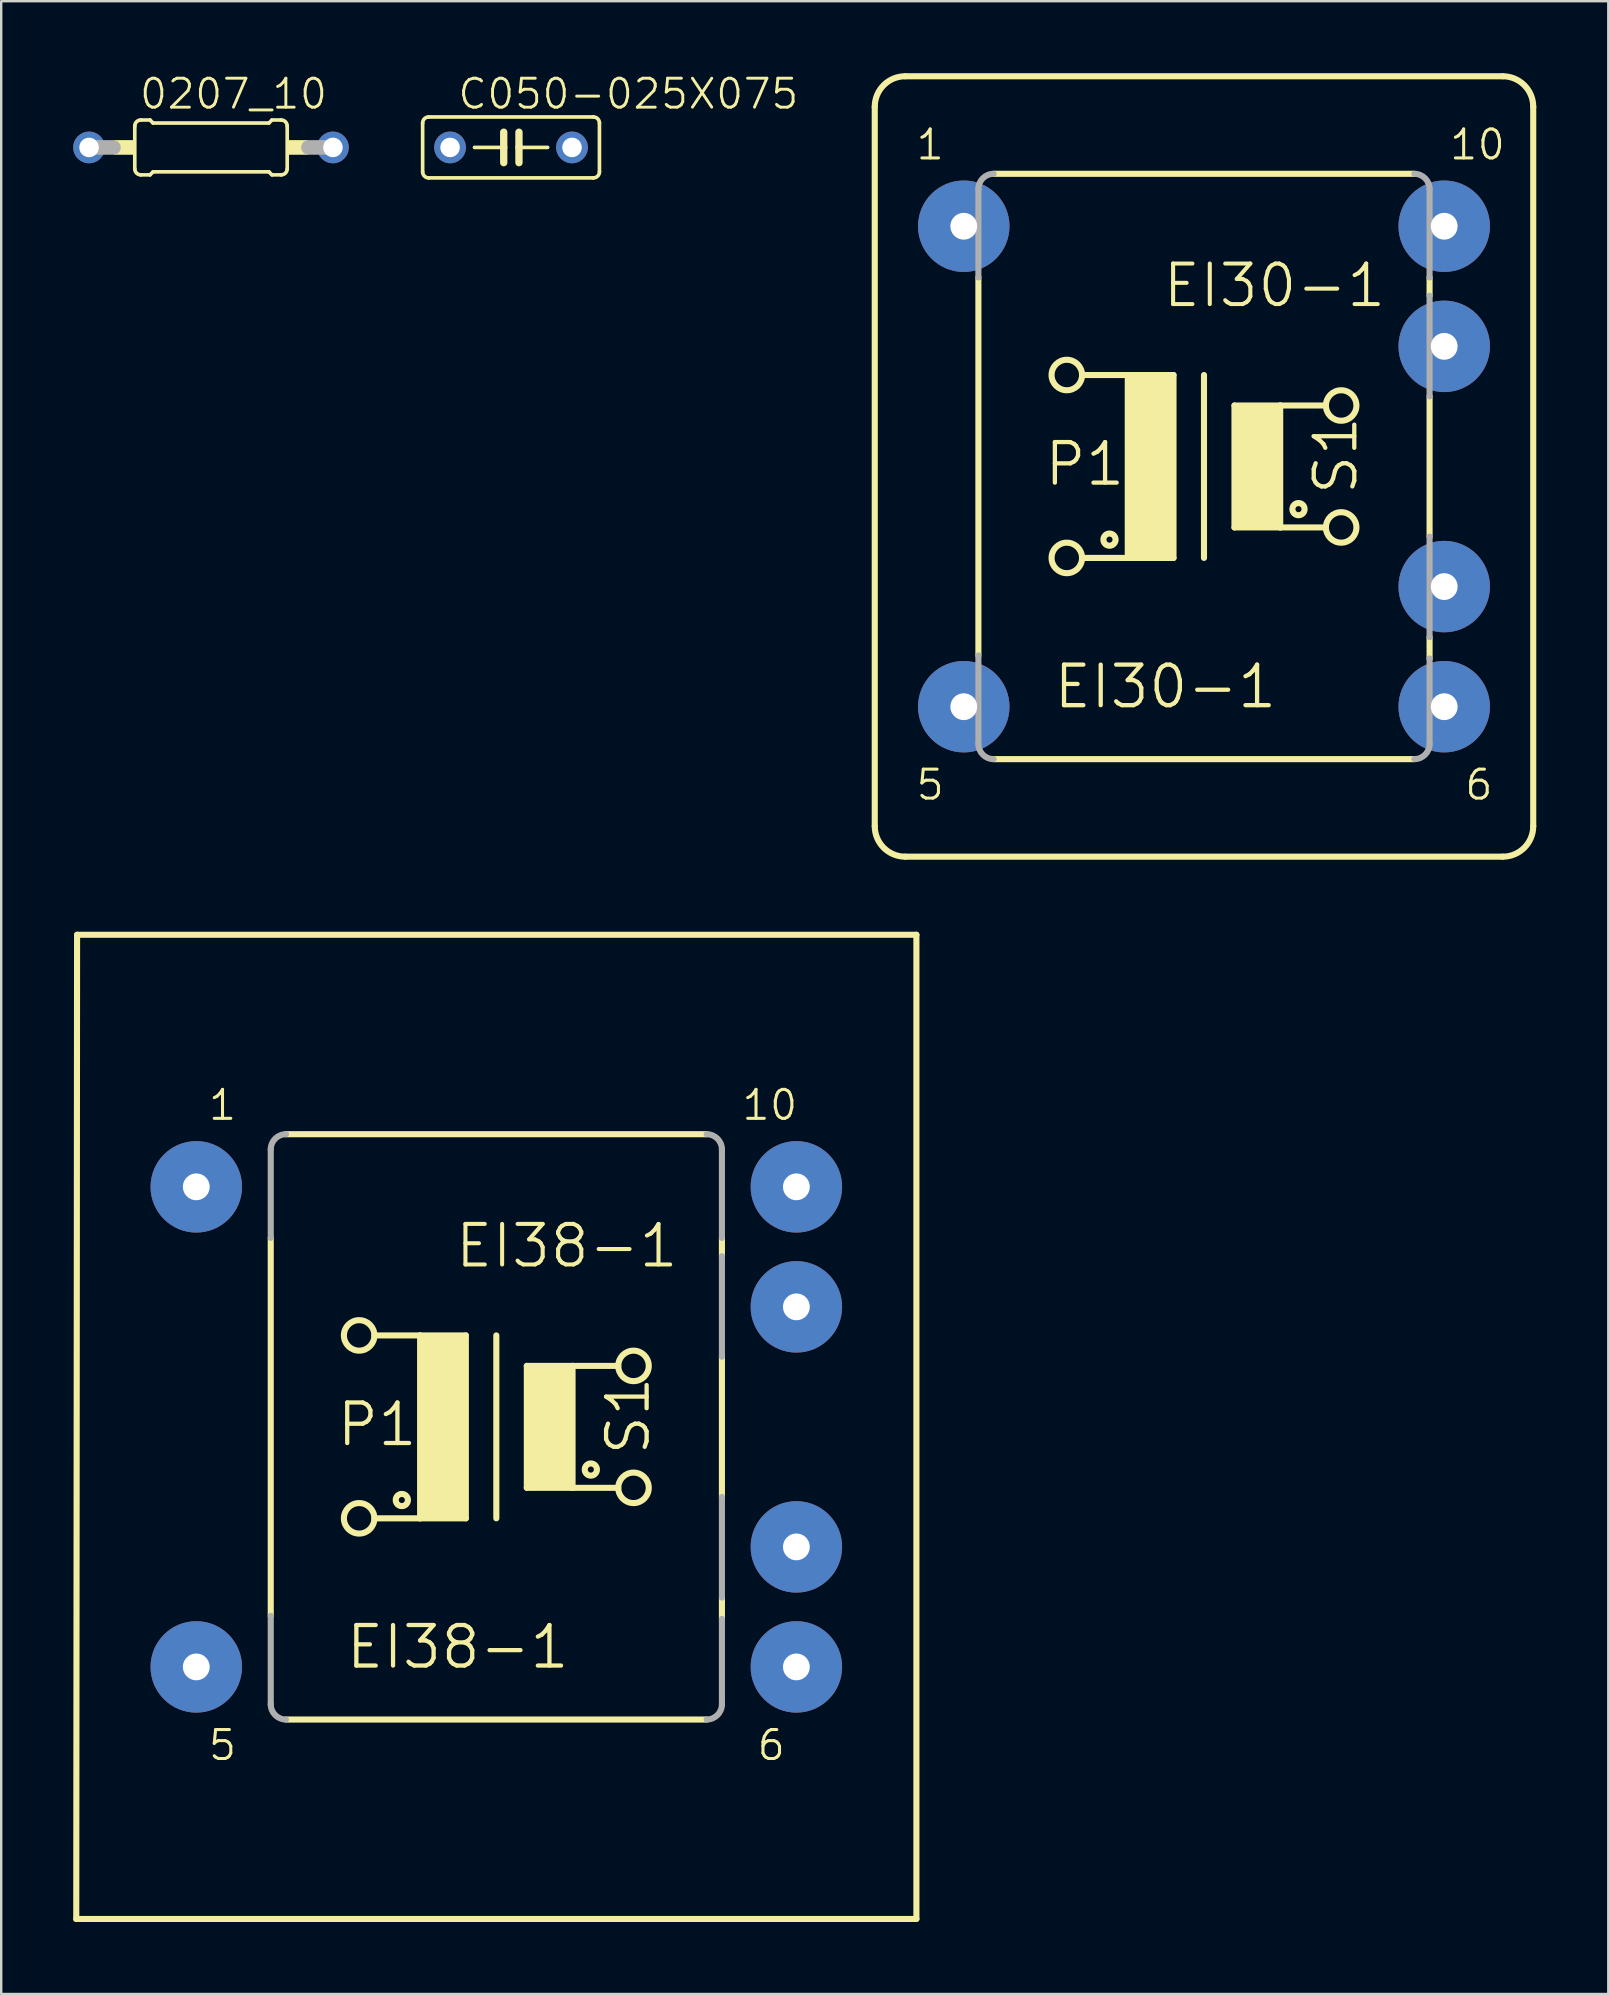
<source format=kicad_pcb>
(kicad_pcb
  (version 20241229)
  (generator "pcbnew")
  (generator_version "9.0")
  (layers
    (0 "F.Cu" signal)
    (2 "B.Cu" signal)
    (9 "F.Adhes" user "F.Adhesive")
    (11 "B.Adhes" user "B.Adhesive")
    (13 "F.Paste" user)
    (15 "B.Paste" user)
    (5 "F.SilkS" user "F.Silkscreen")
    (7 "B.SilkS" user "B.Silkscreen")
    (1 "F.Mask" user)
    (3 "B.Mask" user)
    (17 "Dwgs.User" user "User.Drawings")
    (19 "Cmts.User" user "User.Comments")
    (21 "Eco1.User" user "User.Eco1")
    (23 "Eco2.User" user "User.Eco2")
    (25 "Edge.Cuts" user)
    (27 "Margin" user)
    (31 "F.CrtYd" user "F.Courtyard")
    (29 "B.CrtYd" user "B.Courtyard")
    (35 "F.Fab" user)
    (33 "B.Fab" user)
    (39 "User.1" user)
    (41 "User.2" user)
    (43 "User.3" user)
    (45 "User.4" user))
  (footprint "C050-025X075"
    (layer "F.Cu")
    (at 18.24 3.092)
    (property "Reference" "C050-025X075" (at -2.286 -1.524 0) (layer "F.SilkS") (effects (font (size 1.206 1.206) (thickness 0.121)) (justify left bottom)))
    (attr through_hole)
    (fp_line (start -3.683 -1.016) (end -3.683 1.016) (stroke (width 0.152) (type solid)) (layer "F.SilkS"))
    (fp_line (start -3.429 1.27) (end 3.429 1.27) (stroke (width 0.152) (type solid)) (layer "F.SilkS"))
    (fp_line (start -0.305 -0.635) (end -0.305 0) (stroke (width 0.305) (type solid)) (layer "F.SilkS"))
    (fp_line (start -0.305 0) (end -1.524 0) (stroke (width 0.152) (type solid)) (layer "F.SilkS"))
    (fp_line (start -0.305 0) (end -0.305 0.635) (stroke (width 0.305) (type solid)) (layer "F.SilkS"))
    (fp_line (start 0.33 -0.635) (end 0.33 0) (stroke (width 0.305) (type solid)) (layer "F.SilkS"))
    (fp_line (start 0.33 0) (end 0.33 0.635) (stroke (width 0.305) (type solid)) (layer "F.SilkS"))
    (fp_line (start 0.33 0) (end 1.524 0) (stroke (width 0.152) (type solid)) (layer "F.SilkS"))
    (fp_line (start 3.429 -1.27) (end -3.429 -1.27) (stroke (width 0.152) (type solid)) (layer "F.SilkS"))
    (fp_line (start 3.683 1.016) (end 3.683 -1.016) (stroke (width 0.152) (type solid)) (layer "F.SilkS"))
    (fp_arc (start -3.683 -1.016) (mid -3.608605 -1.195605) (end -3.429 -1.27) (stroke (width 0.1524) (type solid)) (layer "F.SilkS"))
    (fp_arc (start -3.429 1.27) (mid -3.608605 1.195605) (end -3.683 1.016) (stroke (width 0.1524) (type solid)) (layer "F.SilkS"))
    (fp_arc (start 3.429 -1.27) (mid 3.608605 -1.195605) (end 3.683 -1.016) (stroke (width 0.1524) (type solid)) (layer "F.SilkS"))
    (fp_arc (start 3.683 1.016) (mid 3.608605 1.195605) (end 3.429 1.27) (stroke (width 0.1524) (type solid)) (layer "F.SilkS"))
    (pad "1" thru_hole circle (at -2.54 0) (size 1.321 1.321) (drill 0.813) (layers "*.Cu" "*.Mask"))
    (pad "2" thru_hole circle (at 2.54 0) (size 1.321 1.321) (drill 0.813) (layers "*.Cu" "*.Mask")))
  (footprint "EI38-1"
    (layer "F.Cu")
    (at 17.627 56.393)
    (property "Reference" "EI38-1" (at -1.8 -6.55 0) (layer "F.SilkS") (effects (font (size 1.689 1.689) (thickness 0.169)) (justify left bottom)))
    (attr through_hole)
    (fp_line (start -17.5 20.5) (end -17.466 -20.5) (stroke (width 0.254) (type solid)) (layer "F.SilkS"))
    (fp_line (start -17.466 -20.5) (end 17.5 -20.5) (stroke (width 0.254) (type solid)) (layer "F.SilkS"))
    (fp_line (start -9.398 7.874) (end -9.398 -7.874) (stroke (width 0.254) (type solid)) (layer "F.SilkS"))
    (fp_line (start -8.763 12.192) (end 8.763 12.192) (stroke (width 0.254) (type solid)) (layer "F.SilkS"))
    (fp_line (start -5.08 -3.81) (end -3.175 -3.81) (stroke (width 0.254) (type solid)) (layer "F.SilkS"))
    (fp_line (start -3.175 -3.81) (end -3.175 3.81) (stroke (width 0.254) (type solid)) (layer "F.SilkS"))
    (fp_line (start -3.175 -3.81) (end -1.27 -3.81) (stroke (width 0.254) (type solid)) (layer "F.SilkS"))
    (fp_line (start -3.175 3.81) (end -5.08 3.81) (stroke (width 0.254) (type solid)) (layer "F.SilkS"))
    (fp_line (start -1.27 -3.81) (end -1.27 3.81) (stroke (width 0.254) (type solid)) (layer "F.SilkS"))
    (fp_line (start -1.27 3.81) (end -3.175 3.81) (stroke (width 0.254) (type solid)) (layer "F.SilkS"))
    (fp_line (start 0 -3.81) (end 0 3.81) (stroke (width 0.254) (type solid)) (layer "F.SilkS"))
    (fp_line (start 1.27 -2.54) (end 1.27 2.54) (stroke (width 0.254) (type solid)) (layer "F.SilkS"))
    (fp_line (start 1.27 -2.54) (end 3.175 -2.54) (stroke (width 0.254) (type solid)) (layer "F.SilkS"))
    (fp_line (start 1.27 2.54) (end 3.175 2.54) (stroke (width 0.254) (type solid)) (layer "F.SilkS"))
    (fp_line (start 3.175 -2.54) (end 5.08 -2.54) (stroke (width 0.254) (type solid)) (layer "F.SilkS"))
    (fp_line (start 3.175 2.54) (end 3.175 -2.54) (stroke (width 0.254) (type solid)) (layer "F.SilkS"))
    (fp_line (start 3.175 2.54) (end 5.08 2.54) (stroke (width 0.254) (type solid)) (layer "F.SilkS"))
    (fp_line (start 8.763 -12.192) (end -8.763 -12.192) (stroke (width 0.254) (type solid)) (layer "F.SilkS"))
    (fp_line (start 9.398 -7.112) (end 9.398 -7.874) (stroke (width 0.254) (type solid)) (layer "F.SilkS"))
    (fp_line (start 9.398 2.921) (end 9.398 -2.921) (stroke (width 0.254) (type solid)) (layer "F.SilkS"))
    (fp_line (start 9.398 8.001) (end 9.398 7.112) (stroke (width 0.254) (type solid)) (layer "F.SilkS"))
    (fp_line (start 17.5 -20.5) (end 17.5 20.5) (stroke (width 0.254) (type solid)) (layer "F.SilkS"))
    (fp_line (start 17.5 20.5) (end -17.5 20.5) (stroke (width 0.254) (type solid)) (layer "F.SilkS"))
    (fp_circle (center -5.715 -3.81) (end -5.08 -3.81) (stroke (width 0.254) (type solid)) (fill no) (layer "F.SilkS"))
    (fp_circle (center -5.715 3.81) (end -5.08 3.81) (stroke (width 0.254) (type solid)) (fill no) (layer "F.SilkS"))
    (fp_circle (center -3.937 3.048) (end -3.683 3.048) (stroke (width 0.254) (type solid)) (fill no) (layer "F.SilkS"))
    (fp_circle (center 3.937 1.778) (end 4.191 1.778) (stroke (width 0.254) (type solid)) (fill no) (layer "F.SilkS"))
    (fp_circle (center 5.715 -2.54) (end 6.35 -2.54) (stroke (width 0.254) (type solid)) (fill no) (layer "F.SilkS"))
    (fp_circle (center 5.715 2.54) (end 6.35 2.54) (stroke (width 0.254) (type solid)) (fill no) (layer "F.SilkS"))
    (fp_poly (pts (xy -3.175 3.81) (xy -1.27 3.81) (xy -1.27 -3.81) (xy -3.175 -3.81)) (stroke (width 0) (type solid)) (fill yes) (layer "F.SilkS"))
    (fp_poly (pts (xy 1.27 2.54) (xy 3.175 2.54) (xy 3.175 -2.54) (xy 1.27 -2.54)) (stroke (width 0) (type solid)) (fill yes) (layer "F.SilkS"))
    (fp_line (start -9.398 -7.874) (end -9.398 -11.557) (stroke (width 0.254) (type solid)) (layer "F.Fab"))
    (fp_line (start -9.398 11.557) (end -9.398 7.874) (stroke (width 0.254) (type solid)) (layer "F.Fab"))
    (fp_line (start 9.398 -11.557) (end 9.398 -7.874) (stroke (width 0.254) (type solid)) (layer "F.Fab"))
    (fp_line (start 9.398 -7.112) (end 9.398 -2.921) (stroke (width 0.254) (type solid)) (layer "F.Fab"))
    (fp_line (start 9.398 2.921) (end 9.398 7.112) (stroke (width 0.254) (type solid)) (layer "F.Fab"))
    (fp_line (start 9.398 8.001) (end 9.398 11.557) (stroke (width 0.254) (type solid)) (layer "F.Fab"))
    (fp_arc (start -9.398 -11.557) (mid -9.212013 -12.006013) (end -8.763 -12.192) (stroke (width 0.254) (type solid)) (layer "F.Fab"))
    (fp_arc (start -8.763 12.192) (mid -9.212013 12.006013) (end -9.398 11.557) (stroke (width 0.254) (type solid)) (layer "F.Fab"))
    (fp_arc (start 8.763 -12.192) (mid 9.212013 -12.006013) (end 9.398 -11.557) (stroke (width 0.254) (type solid)) (layer "F.Fab"))
    (fp_arc (start 9.398 11.557) (mid 9.212013 12.006013) (end 8.763 12.192) (stroke (width 0.254) (type solid)) (layer "F.Fab"))
    (fp_text user "10" (at 10.16 -12.7 0) (layer "F.SilkS") (effects (font (size 1.206 1.206) (thickness 0.127)) (justify left bottom)))
    (fp_text user "6" (at 10.795 13.97 0) (layer "F.SilkS") (effects (font (size 1.206 1.206) (thickness 0.127)) (justify left bottom)))
    (fp_text user "S1" (at 6.477 1.27 90) (layer "F.SilkS") (effects (font (size 1.689 1.689) (thickness 0.178)) (justify left bottom)))
    (fp_text user "EI38-1" (at -6.35 10.16 0) (layer "F.SilkS") (effects (font (size 1.689 1.689) (thickness 0.178)) (justify left bottom)))
    (fp_text user "1" (at -12.065 -12.7 0) (layer "F.SilkS") (effects (font (size 1.206 1.206) (thickness 0.127)) (justify left bottom)))
    (fp_text user "P1" (at -6.731 0.889 0) (layer "F.SilkS") (effects (font (size 1.689 1.689) (thickness 0.178)) (justify left bottom)))
    (fp_text user "5" (at -12.065 13.97 0) (layer "F.SilkS") (effects (font (size 1.206 1.206) (thickness 0.127)) (justify left bottom)))
    (pad "1" thru_hole circle (at -12.5 -10) (size 3.81 3.81) (drill 1.118) (layers "*.Cu" "*.Mask"))
    (pad "5" thru_hole circle (at -12.5 10) (size 3.81 3.81) (drill 1.118) (layers "*.Cu" "*.Mask"))
    (pad "6" thru_hole circle (at 12.5 10) (size 3.81 3.81) (drill 1.118) (layers "*.Cu" "*.Mask"))
    (pad "7" thru_hole circle (at 12.5 5) (size 3.81 3.81) (drill 1.118) (layers "*.Cu" "*.Mask"))
    (pad "9" thru_hole circle (at 12.5 -5) (size 3.81 3.81) (drill 1.118) (layers "*.Cu" "*.Mask"))
    (pad "10" thru_hole circle (at 12.5 -10) (size 3.81 3.81) (drill 1.118) (layers "*.Cu" "*.Mask")))
  (footprint "EI30-1"
    (layer "F.Cu")
    (at 47.108 16.383)
    (property "Reference" "EI30-1" (at -1.8 -6.55 0) (layer "F.SilkS") (effects (font (size 1.689 1.689) (thickness 0.169)) (justify left bottom)))
    (attr through_hole)
    (fp_line (start -13.716 14.986) (end -13.716 -14.986) (stroke (width 0.254) (type solid)) (layer "F.SilkS"))
    (fp_line (start -12.446 -16.256) (end 12.446 -16.256) (stroke (width 0.254) (type solid)) (layer "F.SilkS"))
    (fp_line (start -9.398 7.874) (end -9.398 -7.874) (stroke (width 0.254) (type solid)) (layer "F.SilkS"))
    (fp_line (start -8.763 12.192) (end 8.763 12.192) (stroke (width 0.254) (type solid)) (layer "F.SilkS"))
    (fp_line (start -5.08 -3.81) (end -3.175 -3.81) (stroke (width 0.254) (type solid)) (layer "F.SilkS"))
    (fp_line (start -3.175 -3.81) (end -3.175 3.81) (stroke (width 0.254) (type solid)) (layer "F.SilkS"))
    (fp_line (start -3.175 -3.81) (end -1.27 -3.81) (stroke (width 0.254) (type solid)) (layer "F.SilkS"))
    (fp_line (start -3.175 3.81) (end -5.08 3.81) (stroke (width 0.254) (type solid)) (layer "F.SilkS"))
    (fp_line (start -1.27 -3.81) (end -1.27 3.81) (stroke (width 0.254) (type solid)) (layer "F.SilkS"))
    (fp_line (start -1.27 3.81) (end -3.175 3.81) (stroke (width 0.254) (type solid)) (layer "F.SilkS"))
    (fp_line (start 0 -3.81) (end 0 3.81) (stroke (width 0.254) (type solid)) (layer "F.SilkS"))
    (fp_line (start 1.27 -2.54) (end 1.27 2.54) (stroke (width 0.254) (type solid)) (layer "F.SilkS"))
    (fp_line (start 1.27 -2.54) (end 3.175 -2.54) (stroke (width 0.254) (type solid)) (layer "F.SilkS"))
    (fp_line (start 1.27 2.54) (end 3.175 2.54) (stroke (width 0.254) (type solid)) (layer "F.SilkS"))
    (fp_line (start 3.175 -2.54) (end 5.08 -2.54) (stroke (width 0.254) (type solid)) (layer "F.SilkS"))
    (fp_line (start 3.175 2.54) (end 3.175 -2.54) (stroke (width 0.254) (type solid)) (layer "F.SilkS"))
    (fp_line (start 3.175 2.54) (end 5.08 2.54) (stroke (width 0.254) (type solid)) (layer "F.SilkS"))
    (fp_line (start 8.763 -12.192) (end -8.763 -12.192) (stroke (width 0.254) (type solid)) (layer "F.SilkS"))
    (fp_line (start 9.398 -7.112) (end 9.398 -7.874) (stroke (width 0.254) (type solid)) (layer "F.SilkS"))
    (fp_line (start 9.398 2.921) (end 9.398 -2.921) (stroke (width 0.254) (type solid)) (layer "F.SilkS"))
    (fp_line (start 9.398 8.001) (end 9.398 7.112) (stroke (width 0.254) (type solid)) (layer "F.SilkS"))
    (fp_line (start 12.446 16.256) (end -12.446 16.256) (stroke (width 0.254) (type solid)) (layer "F.SilkS"))
    (fp_line (start 13.716 -14.986) (end 13.716 14.986) (stroke (width 0.254) (type solid)) (layer "F.SilkS"))
    (fp_arc (start -13.716 -14.986) (mid -13.344026 -15.884026) (end -12.446 -16.256) (stroke (width 0.254) (type solid)) (layer "F.SilkS"))
    (fp_arc (start -12.446 16.256) (mid -13.344026 15.884026) (end -13.716 14.986) (stroke (width 0.254) (type solid)) (layer "F.SilkS"))
    (fp_arc (start 12.446 -16.256) (mid 13.344026 -15.884026) (end 13.716 -14.986) (stroke (width 0.254) (type solid)) (layer "F.SilkS"))
    (fp_arc (start 13.716 14.986) (mid 13.344026 15.884026) (end 12.446 16.256) (stroke (width 0.254) (type solid)) (layer "F.SilkS"))
    (fp_circle (center -5.715 -3.81) (end -5.08 -3.81) (stroke (width 0.254) (type solid)) (fill no) (layer "F.SilkS"))
    (fp_circle (center -5.715 3.81) (end -5.08 3.81) (stroke (width 0.254) (type solid)) (fill no) (layer "F.SilkS"))
    (fp_circle (center -3.937 3.048) (end -3.683 3.048) (stroke (width 0.254) (type solid)) (fill no) (layer "F.SilkS"))
    (fp_circle (center 3.937 1.778) (end 4.191 1.778) (stroke (width 0.254) (type solid)) (fill no) (layer "F.SilkS"))
    (fp_circle (center 5.715 -2.54) (end 6.35 -2.54) (stroke (width 0.254) (type solid)) (fill no) (layer "F.SilkS"))
    (fp_circle (center 5.715 2.54) (end 6.35 2.54) (stroke (width 0.254) (type solid)) (fill no) (layer "F.SilkS"))
    (fp_poly (pts (xy -3.175 3.81) (xy -1.27 3.81) (xy -1.27 -3.81) (xy -3.175 -3.81)) (stroke (width 0) (type solid)) (fill yes) (layer "F.SilkS"))
    (fp_poly (pts (xy 1.27 2.54) (xy 3.175 2.54) (xy 3.175 -2.54) (xy 1.27 -2.54)) (stroke (width 0) (type solid)) (fill yes) (layer "F.SilkS"))
    (fp_line (start -9.398 -7.874) (end -9.398 -11.557) (stroke (width 0.254) (type solid)) (layer "F.Fab"))
    (fp_line (start -9.398 11.557) (end -9.398 7.874) (stroke (width 0.254) (type solid)) (layer "F.Fab"))
    (fp_line (start 9.398 -11.557) (end 9.398 -7.874) (stroke (width 0.254) (type solid)) (layer "F.Fab"))
    (fp_line (start 9.398 -7.112) (end 9.398 -2.921) (stroke (width 0.254) (type solid)) (layer "F.Fab"))
    (fp_line (start 9.398 2.921) (end 9.398 7.112) (stroke (width 0.254) (type solid)) (layer "F.Fab"))
    (fp_line (start 9.398 8.001) (end 9.398 11.557) (stroke (width 0.254) (type solid)) (layer "F.Fab"))
    (fp_arc (start -9.398 -11.557) (mid -9.212013 -12.006013) (end -8.763 -12.192) (stroke (width 0.254) (type solid)) (layer "F.Fab"))
    (fp_arc (start -8.763 12.192) (mid -9.212013 12.006013) (end -9.398 11.557) (stroke (width 0.254) (type solid)) (layer "F.Fab"))
    (fp_arc (start 8.763 -12.192) (mid 9.212013 -12.006013) (end 9.398 -11.557) (stroke (width 0.254) (type solid)) (layer "F.Fab"))
    (fp_arc (start 9.398 11.557) (mid 9.212013 12.006013) (end 8.763 12.192) (stroke (width 0.254) (type solid)) (layer "F.Fab"))
    (fp_text user "10" (at 10.16 -12.7 0) (layer "F.SilkS") (effects (font (size 1.206 1.206) (thickness 0.127)) (justify left bottom)))
    (fp_text user "EI30-1" (at -6.35 10.16 0) (layer "F.SilkS") (effects (font (size 1.689 1.689) (thickness 0.178)) (justify left bottom)))
    (fp_text user "1" (at -12.065 -12.7 0) (layer "F.SilkS") (effects (font (size 1.206 1.206) (thickness 0.127)) (justify left bottom)))
    (fp_text user "6" (at 10.795 13.97 0) (layer "F.SilkS") (effects (font (size 1.206 1.206) (thickness 0.127)) (justify left bottom)))
    (fp_text user "P1" (at -6.731 0.889 0) (layer "F.SilkS") (effects (font (size 1.689 1.689) (thickness 0.178)) (justify left bottom)))
    (fp_text user "5" (at -12.065 13.97 0) (layer "F.SilkS") (effects (font (size 1.206 1.206) (thickness 0.127)) (justify left bottom)))
    (fp_text user "S1" (at 6.477 1.27 90) (layer "F.SilkS") (effects (font (size 1.689 1.689) (thickness 0.178)) (justify left bottom)))
    (pad "1" thru_hole circle (at -10.008 -10.008) (size 3.81 3.81) (drill 1.118) (layers "*.Cu" "*.Mask"))
    (pad "5" thru_hole circle (at -10.008 10.008) (size 3.81 3.81) (drill 1.118) (layers "*.Cu" "*.Mask"))
    (pad "6" thru_hole circle (at 10.008 10.008) (size 3.81 3.81) (drill 1.118) (layers "*.Cu" "*.Mask"))
    (pad "7" thru_hole circle (at 10.008 5.004) (size 3.81 3.81) (drill 1.118) (layers "*.Cu" "*.Mask"))
    (pad "9" thru_hole circle (at 10.008 -5.004) (size 3.81 3.81) (drill 1.118) (layers "*.Cu" "*.Mask"))
    (pad "10" thru_hole circle (at 10.008 -10.008) (size 3.81 3.81) (drill 1.118) (layers "*.Cu" "*.Mask")))
  (footprint "0207_10"
    (layer "F.Cu")
    (at 5.74 3.092)
    (property "Reference" "0207_10" (at -3.048 -1.524 0) (layer "F.SilkS") (effects (font (size 1.206 1.206) (thickness 0.121)) (justify left bottom)))
    (attr through_hole)
    (fp_line (start -3.175 0.889) (end -3.175 -0.889) (stroke (width 0.152) (type solid)) (layer "F.SilkS"))
    (fp_line (start -2.921 -1.143) (end -2.54 -1.143) (stroke (width 0.152) (type solid)) (layer "F.SilkS"))
    (fp_line (start -2.921 1.143) (end -2.54 1.143) (stroke (width 0.152) (type solid)) (layer "F.SilkS"))
    (fp_line (start -2.413 -1.016) (end -2.54 -1.143) (stroke (width 0.152) (type solid)) (layer "F.SilkS"))
    (fp_line (start -2.413 1.016) (end -2.54 1.143) (stroke (width 0.152) (type solid)) (layer "F.SilkS"))
    (fp_line (start 2.413 -1.016) (end -2.413 -1.016) (stroke (width 0.152) (type solid)) (layer "F.SilkS"))
    (fp_line (start 2.413 -1.016) (end 2.54 -1.143) (stroke (width 0.152) (type solid)) (layer "F.SilkS"))
    (fp_line (start 2.413 1.016) (end -2.413 1.016) (stroke (width 0.152) (type solid)) (layer "F.SilkS"))
    (fp_line (start 2.413 1.016) (end 2.54 1.143) (stroke (width 0.152) (type solid)) (layer "F.SilkS"))
    (fp_line (start 2.921 -1.143) (end 2.54 -1.143) (stroke (width 0.152) (type solid)) (layer "F.SilkS"))
    (fp_line (start 2.921 1.143) (end 2.54 1.143) (stroke (width 0.152) (type solid)) (layer "F.SilkS"))
    (fp_line (start 3.175 0.889) (end 3.175 -0.889) (stroke (width 0.152) (type solid)) (layer "F.SilkS"))
    (fp_arc (start -3.175 -0.889) (mid -3.100605 -1.068605) (end -2.921 -1.143) (stroke (width 0.1524) (type solid)) (layer "F.SilkS"))
    (fp_arc (start -2.921 1.143) (mid -3.100605 1.068605) (end -3.175 0.889) (stroke (width 0.1524) (type solid)) (layer "F.SilkS"))
    (fp_arc (start 2.921 -1.143) (mid 3.100605 -1.068605) (end 3.175 -0.889) (stroke (width 0.1524) (type solid)) (layer "F.SilkS"))
    (fp_arc (start 3.175 0.889) (mid 3.100605 1.068605) (end 2.921 1.143) (stroke (width 0.1524) (type solid)) (layer "F.SilkS"))
    (fp_poly (pts (xy -4.039 0.305) (xy -3.175 0.305) (xy -3.175 -0.305) (xy -4.039 -0.305)) (stroke (width 0) (type solid)) (fill yes) (layer "F.SilkS"))
    (fp_poly (pts (xy 3.175 0.305) (xy 4.039 0.305) (xy 4.039 -0.305) (xy 3.175 -0.305)) (stroke (width 0) (type solid)) (fill yes) (layer "F.SilkS"))
    (fp_line (start -5.08 0) (end -4.064 0) (stroke (width 0.61) (type solid)) (layer "F.Fab"))
    (fp_line (start 5.08 0) (end 4.064 0) (stroke (width 0.61) (type solid)) (layer "F.Fab"))
    (pad "1" thru_hole circle (at -5.08 0) (size 1.321 1.321) (drill 0.813) (layers "*.Cu" "*.Mask"))
    (pad "2" thru_hole circle (at 5.08 0) (size 1.321 1.321) (drill 0.813) (layers "*.Cu" "*.Mask")))
  (gr_rect
    (start -3 -3)
    (end 63.951 80.02)
    (stroke (width 0.1) (type default))
    (fill no)
    (layer "Edge.Cuts")))
</source>
